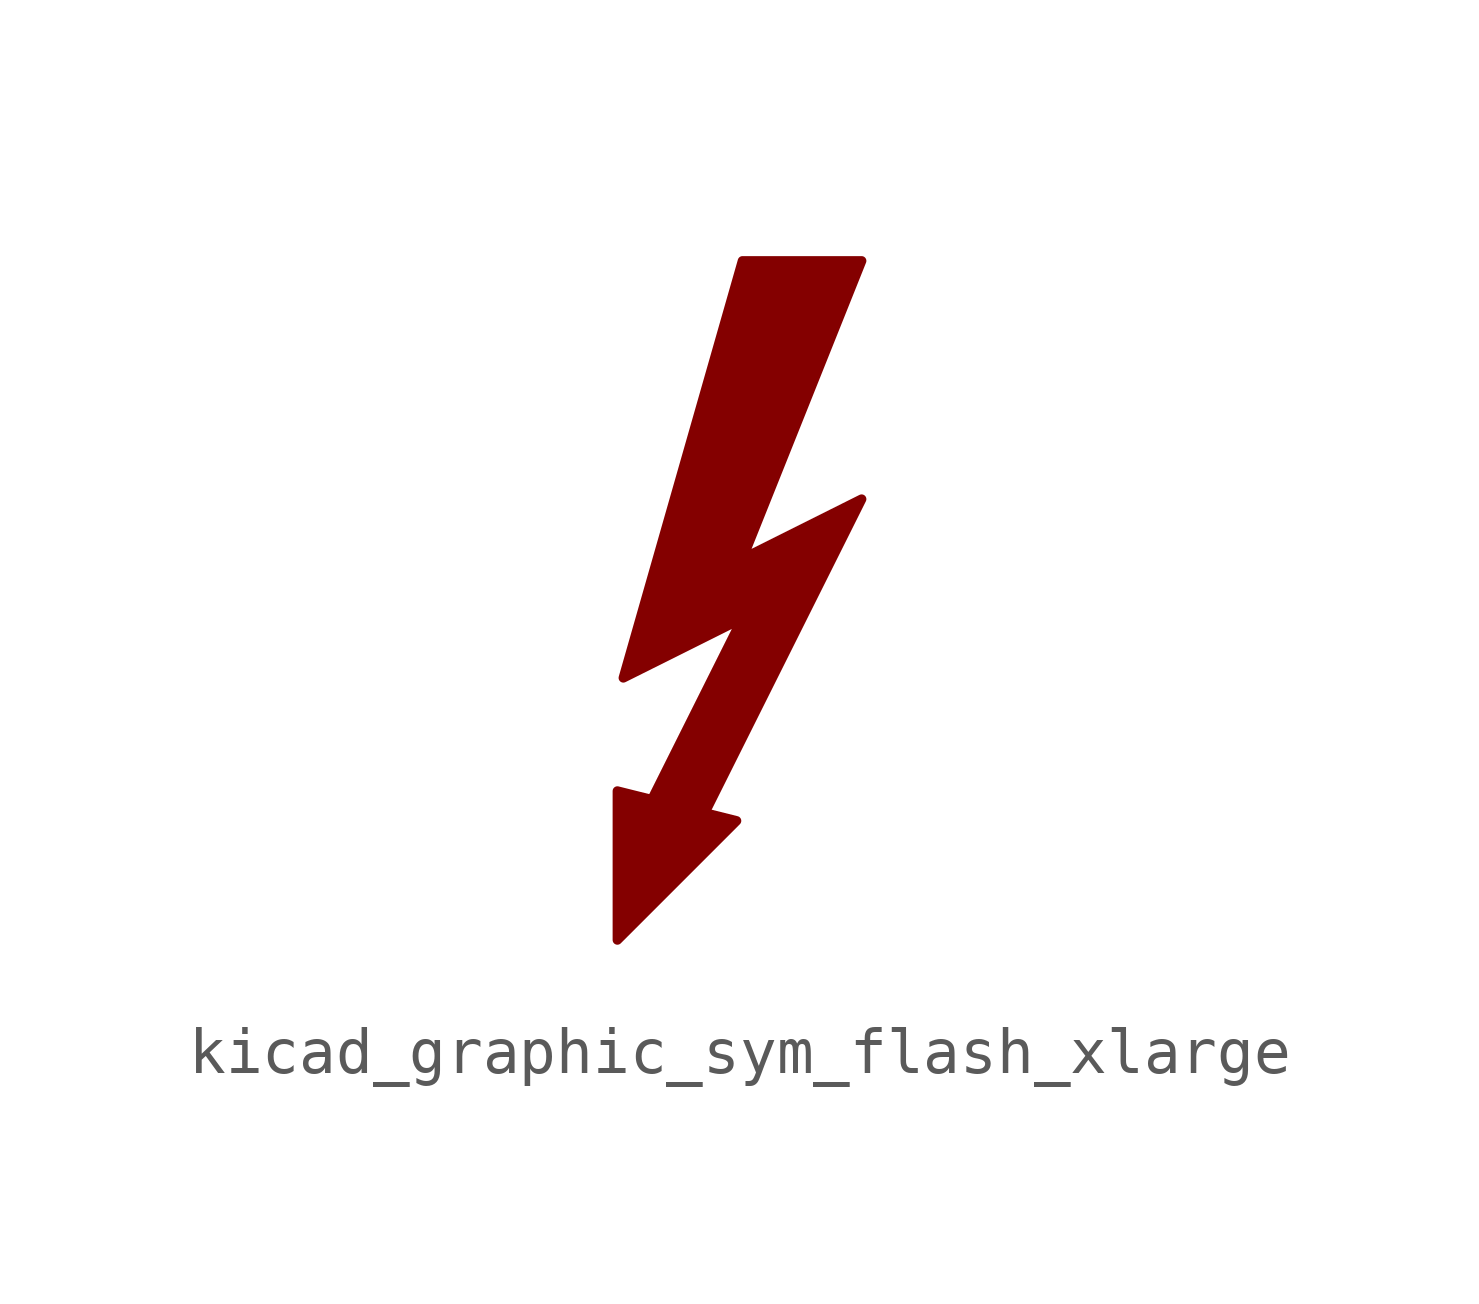
<source format=kicad_sym>
(kicad_symbol_lib
  (version 20220914)
  (generator kicad_symbol_editor)
  (symbol "kicad_graphic_sym_flash_xlarge"
    (property "Reference" "#SYM"
      (at -3.81 0 90)
      (effects (font (size 1.27 1.27)) hide))
    (symbol "kicad_graphic_sym_flash_xlarge_0_1"
      (polyline (pts (xy -0.127 -3.683) (xy -2.667 -3.048) (xy -2.667 -6.223) (xy -0.127 -3.683)) (stroke (width 0.203) (type default)) (fill (type outline)))
      (polyline (pts (xy 0 8.255) (xy 1.27 8.255) (xy 2.54 8.255) (xy 0 1.905) (xy 2.54 3.175) (xy -1.27 -4.445) (xy -2.54 -4.445) (xy 0 0.635) (xy -2.54 -0.635) (xy 0 8.255)) (stroke (width 0.203) (type default)) (fill (type outline))))))
</source>
